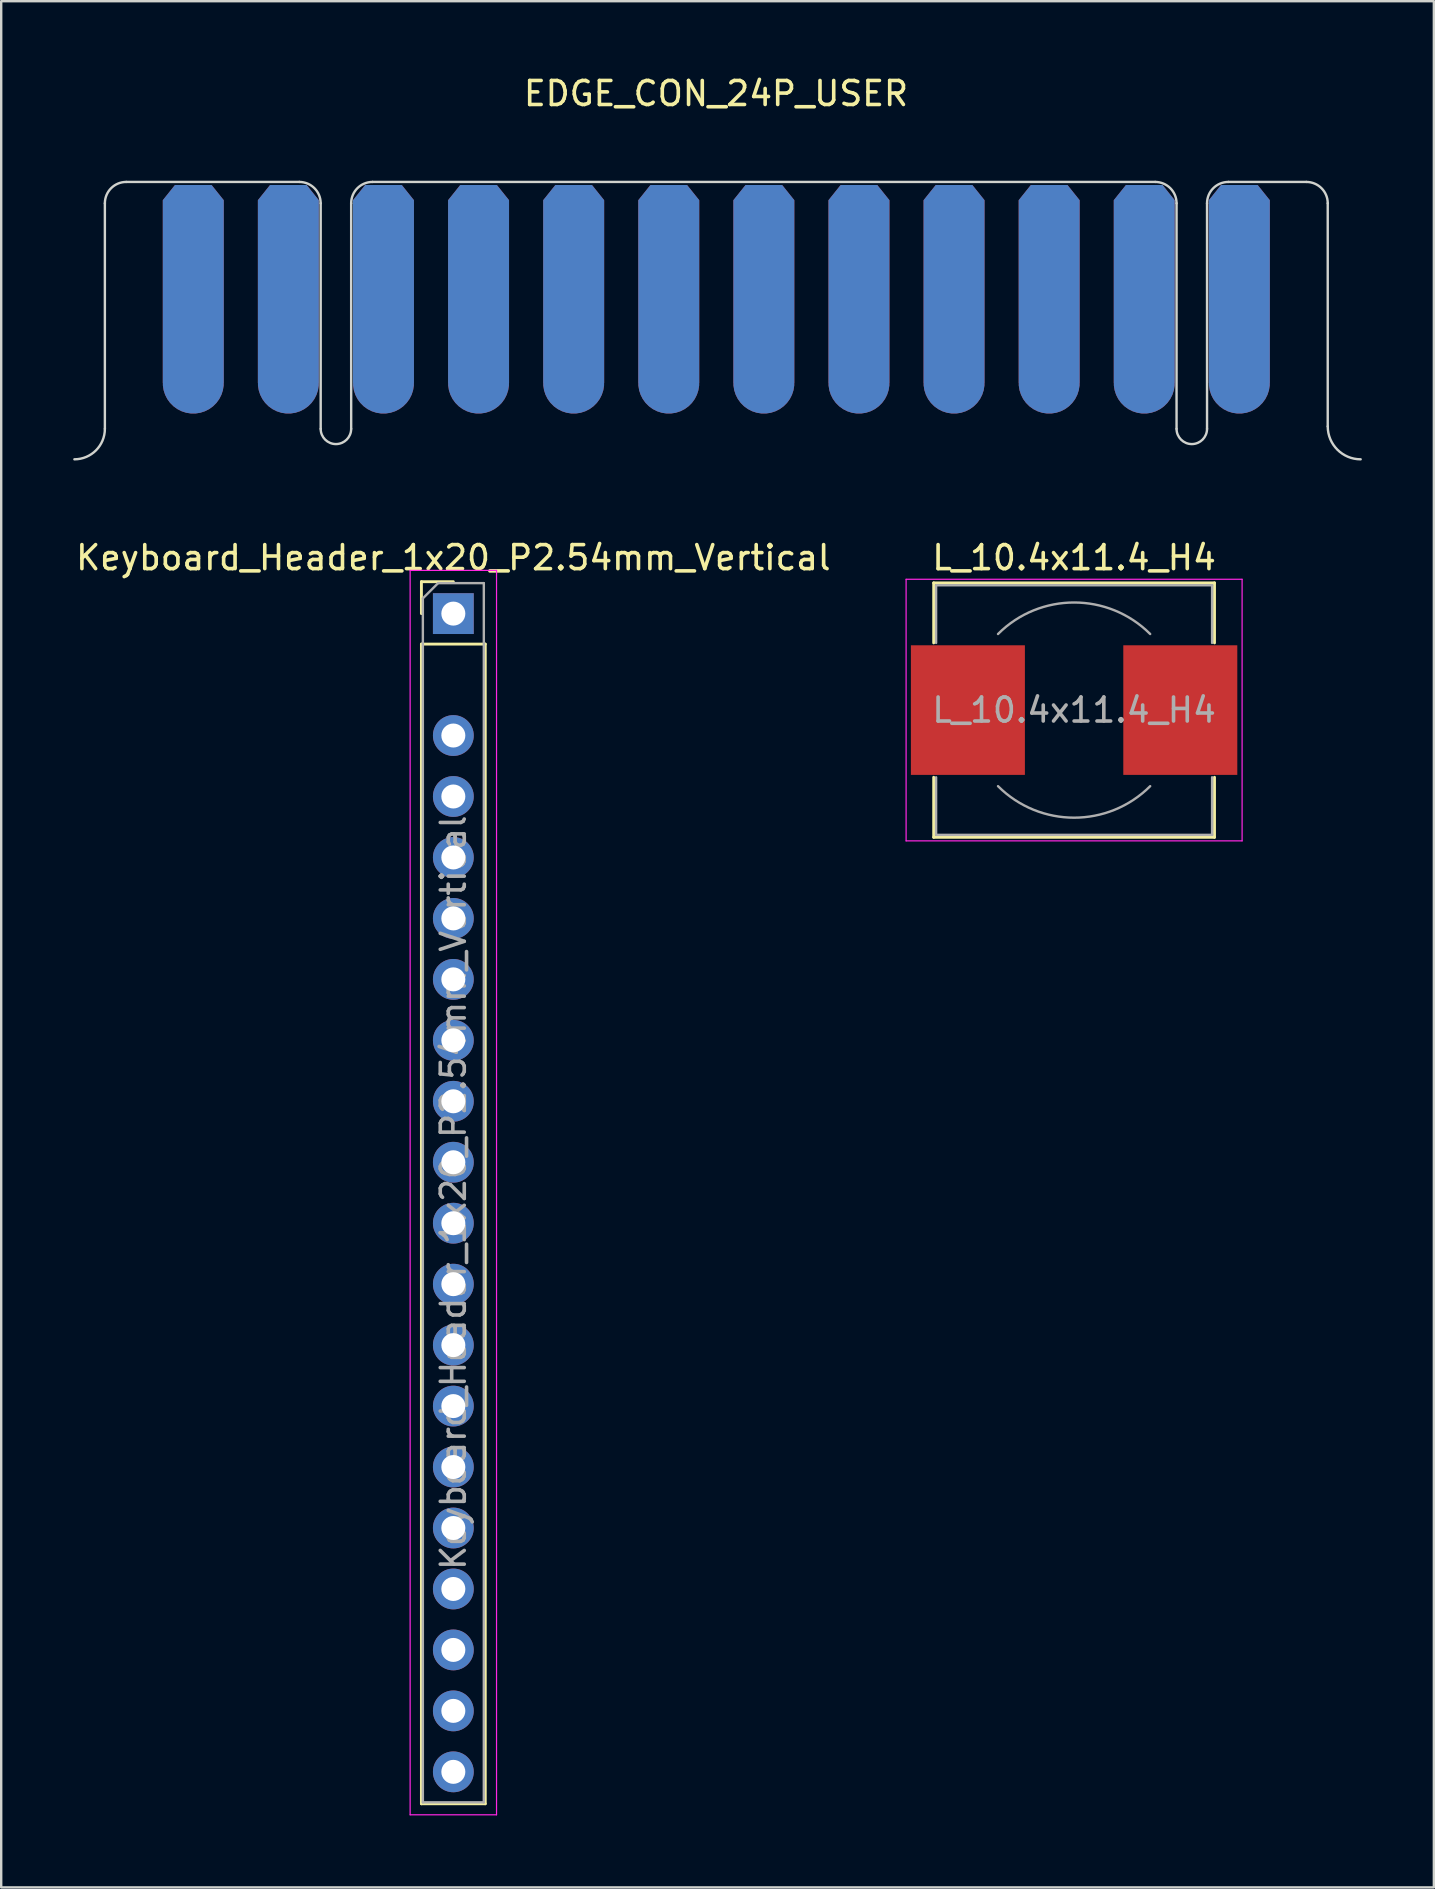
<source format=kicad_pcb>
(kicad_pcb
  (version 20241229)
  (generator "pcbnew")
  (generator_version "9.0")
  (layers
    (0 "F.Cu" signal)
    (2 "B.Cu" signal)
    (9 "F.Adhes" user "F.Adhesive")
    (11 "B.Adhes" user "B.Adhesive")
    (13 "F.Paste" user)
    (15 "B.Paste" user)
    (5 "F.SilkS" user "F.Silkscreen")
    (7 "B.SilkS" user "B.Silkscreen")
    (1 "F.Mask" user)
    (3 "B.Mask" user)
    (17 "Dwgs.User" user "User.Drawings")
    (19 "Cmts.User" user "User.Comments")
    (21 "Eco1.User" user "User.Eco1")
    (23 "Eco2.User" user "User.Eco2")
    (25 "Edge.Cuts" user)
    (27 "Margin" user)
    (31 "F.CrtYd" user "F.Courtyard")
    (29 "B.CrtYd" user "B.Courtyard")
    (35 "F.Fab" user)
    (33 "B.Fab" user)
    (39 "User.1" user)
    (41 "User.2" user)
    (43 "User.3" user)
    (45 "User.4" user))
  (footprint "L_10.4x11.4_H4"
    (layer "F.Cu")
    (at 41.704 26.537)
    (property "Reference" "L_10.4x11.4_H4" (at 0 -6.35 0) (layer "F.SilkS") (effects (font (size 1 1) (thickness 0.15))))
    (attr smd)
    (fp_line (start -5.85 -5.3) (end 5.85 -5.3) (stroke (width 0.12) (type solid)) (layer "F.SilkS"))
    (fp_line (start -5.85 -2.8) (end -5.85 -5.3) (stroke (width 0.12) (type solid)) (layer "F.SilkS"))
    (fp_line (start -5.85 5.3) (end -5.85 2.8) (stroke (width 0.12) (type solid)) (layer "F.SilkS"))
    (fp_line (start 5.85 -5.3) (end 5.85 -2.8) (stroke (width 0.12) (type solid)) (layer "F.SilkS"))
    (fp_line (start 5.85 2.8) (end 5.85 5.3) (stroke (width 0.12) (type solid)) (layer "F.SilkS"))
    (fp_line (start 5.85 5.3) (end -5.85 5.3) (stroke (width 0.12) (type solid)) (layer "F.SilkS"))
    (fp_line (start -7 -5.45) (end -7 5.45) (stroke (width 0.05) (type solid)) (layer "F.CrtYd"))
    (fp_line (start -7 5.45) (end 7 5.45) (stroke (width 0.05) (type solid)) (layer "F.CrtYd"))
    (fp_line (start 7 -5.45) (end -7 -5.45) (stroke (width 0.05) (type solid)) (layer "F.CrtYd"))
    (fp_line (start 7 5.45) (end 7 -5.45) (stroke (width 0.05) (type solid)) (layer "F.CrtYd"))
    (fp_line (start -5.75 -5.2) (end -5.75 -2.8) (stroke (width 0.1) (type solid)) (layer "F.Fab"))
    (fp_line (start -5.75 -5.2) (end 5.75 -5.2) (stroke (width 0.1) (type solid)) (layer "F.Fab"))
    (fp_line (start -5.75 5.2) (end -5.75 2.8) (stroke (width 0.1) (type solid)) (layer "F.Fab"))
    (fp_line (start -5.75 5.2) (end 5.75 5.2) (stroke (width 0.1) (type solid)) (layer "F.Fab"))
    (fp_line (start 5.75 -5.2) (end 5.75 -2.8) (stroke (width 0.1) (type solid)) (layer "F.Fab"))
    (fp_line (start 5.75 5.2) (end 5.75 2.8) (stroke (width 0.1) (type solid)) (layer "F.Fab"))
    (fp_arc (start -3.17 -3.17) (mid 0 -4.483057) (end 3.17 -3.17) (stroke (width 0.1) (type solid)) (layer "F.Fab"))
    (fp_arc (start 3.17 3.17) (mid 0 4.483057) (end -3.17 3.17) (stroke (width 0.1) (type solid)) (layer "F.Fab"))
    (fp_text user "${REFERENCE}" (at 0 0 0) (layer "F.Fab") (effects (font (size 1 1) (thickness 0.15))))
    (pad "1" smd rect (at -4.425 0) (size 4.75 5.4) (layers "F.Cu" "F.Mask" "F.Paste"))
    (pad "2" smd rect (at 4.425 0) (size 4.75 5.4) (layers "F.Cu" "F.Mask" "F.Paste")))
  (footprint "Keyboard_Header_1x20_P2.54mm_Vertical"
    (layer "F.Cu")
    (at 15.839 22.517)
    (property "Reference" "Keyboard_Header_1x20_P2.54mm_Vertical" (at 0 -2.33 0) (layer "F.SilkS") (effects (font (size 1 1) (thickness 0.15))))
    (attr through_hole)
    (fp_line (start -1.33 -1.33) (end 0 -1.33) (stroke (width 0.12) (type solid)) (layer "F.SilkS"))
    (fp_line (start -1.33 0) (end -1.33 -1.33) (stroke (width 0.12) (type solid)) (layer "F.SilkS"))
    (fp_line (start -1.33 1.27) (end -1.33 49.59) (stroke (width 0.12) (type solid)) (layer "F.SilkS"))
    (fp_line (start -1.33 1.27) (end 1.33 1.27) (stroke (width 0.12) (type solid)) (layer "F.SilkS"))
    (fp_line (start -1.33 49.59) (end 1.33 49.59) (stroke (width 0.12) (type solid)) (layer "F.SilkS"))
    (fp_line (start 1.33 1.27) (end 1.33 49.59) (stroke (width 0.12) (type solid)) (layer "F.SilkS"))
    (fp_line (start -1.8 -1.8) (end -1.8 50.05) (stroke (width 0.05) (type solid)) (layer "F.CrtYd"))
    (fp_line (start -1.8 50.05) (end 1.8 50.05) (stroke (width 0.05) (type solid)) (layer "F.CrtYd"))
    (fp_line (start 1.8 -1.8) (end -1.8 -1.8) (stroke (width 0.05) (type solid)) (layer "F.CrtYd"))
    (fp_line (start 1.8 50.05) (end 1.8 -1.8) (stroke (width 0.05) (type solid)) (layer "F.CrtYd"))
    (fp_line (start -1.27 -0.635) (end -0.635 -1.27) (stroke (width 0.1) (type solid)) (layer "F.Fab"))
    (fp_line (start -1.27 49.53) (end -1.27 -0.635) (stroke (width 0.1) (type solid)) (layer "F.Fab"))
    (fp_line (start -0.635 -1.27) (end 1.27 -1.27) (stroke (width 0.1) (type solid)) (layer "F.Fab"))
    (fp_line (start 1.27 -1.27) (end 1.27 49.53) (stroke (width 0.1) (type solid)) (layer "F.Fab"))
    (fp_line (start 1.27 49.53) (end -1.27 49.53) (stroke (width 0.1) (type solid)) (layer "F.Fab"))
    (fp_text user "${REFERENCE}" (at 0 24.13 90) (layer "F.Fab") (effects (font (size 1 1) (thickness 0.15))))
    (pad "1" thru_hole rect (at 0 0) (size 1.7 1.7) (drill 1) (layers "*.Cu" "*.Mask"))
    (pad "3" thru_hole oval (at 0 5.08) (size 1.7 1.7) (drill 1) (layers "*.Cu" "*.Mask"))
    (pad "4" thru_hole oval (at 0 7.62) (size 1.7 1.7) (drill 1) (layers "*.Cu" "*.Mask"))
    (pad "5" thru_hole oval (at 0 10.16) (size 1.7 1.7) (drill 1) (layers "*.Cu" "*.Mask"))
    (pad "6" thru_hole oval (at 0 12.7) (size 1.7 1.7) (drill 1) (layers "*.Cu" "*.Mask"))
    (pad "7" thru_hole oval (at 0 15.24) (size 1.7 1.7) (drill 1) (layers "*.Cu" "*.Mask"))
    (pad "8" thru_hole oval (at 0 17.78) (size 1.7 1.7) (drill 1) (layers "*.Cu" "*.Mask"))
    (pad "9" thru_hole oval (at 0 20.32) (size 1.7 1.7) (drill 1) (layers "*.Cu" "*.Mask"))
    (pad "10" thru_hole oval (at 0 22.86) (size 1.7 1.7) (drill 1) (layers "*.Cu" "*.Mask"))
    (pad "11" thru_hole oval (at 0 25.4) (size 1.7 1.7) (drill 1) (layers "*.Cu" "*.Mask"))
    (pad "12" thru_hole oval (at 0 27.94) (size 1.7 1.7) (drill 1) (layers "*.Cu" "*.Mask"))
    (pad "13" thru_hole oval (at 0 30.48) (size 1.7 1.7) (drill 1) (layers "*.Cu" "*.Mask"))
    (pad "14" thru_hole oval (at 0 33.02) (size 1.7 1.7) (drill 1) (layers "*.Cu" "*.Mask"))
    (pad "15" thru_hole oval (at 0 35.56) (size 1.7 1.7) (drill 1) (layers "*.Cu" "*.Mask"))
    (pad "16" thru_hole oval (at 0 38.1) (size 1.7 1.7) (drill 1) (layers "*.Cu" "*.Mask"))
    (pad "17" thru_hole oval (at 0 40.64) (size 1.7 1.7) (drill 1) (layers "*.Cu" "*.Mask"))
    (pad "18" thru_hole oval (at 0 43.18) (size 1.7 1.7) (drill 1) (layers "*.Cu" "*.Mask"))
    (pad "19" thru_hole oval (at 0 45.72) (size 1.7 1.7) (drill 1) (layers "*.Cu" "*.Mask"))
    (pad "20" thru_hole oval (at 0 48.26) (size 1.7 1.7) (drill 1) (layers "*.Cu" "*.Mask")))
  (footprint "EDGE_CON_24P_USER"
    (layer "F.Cu")
    (at 1.32 16.088)
    (property "Reference" "EDGE_CON_24P_USER" (at 25.463 -15.24 0) (layer "F.SilkS") (effects (font (size 1 1) (thickness 0.15))))
    (attr through_hole)
    (fp_poly (pts (xy 50.927 -1.905) (xy 0 -1.905) (xy 0 -11.558) (xy 50.927 -11.558)) (stroke (width 0.1) (type solid)) (fill yes) (layer "F.Mask"))
    (fp_poly (pts (xy 50.921 -1.919) (xy -0.006 -1.919) (xy -0.006 -11.572) (xy 50.921 -11.572)) (stroke (width 0.1) (type solid)) (fill yes) (layer "B.Mask"))
    (fp_line (start 0 -1.27) (end 0 -10.668) (stroke (width 0.1) (type solid)) (layer "Edge.Cuts"))
    (fp_line (start 0.889 -11.557) (end 8.103 -11.557) (stroke (width 0.1) (type solid)) (layer "Edge.Cuts"))
    (fp_line (start 8.992 -1.27) (end 8.992 -10.668) (stroke (width 0.1) (type solid)) (layer "Edge.Cuts"))
    (fp_line (start 10.262 -1.27) (end 10.262 -10.668) (stroke (width 0.1) (type solid)) (layer "Edge.Cuts"))
    (fp_line (start 11.151 -11.557) (end 43.764 -11.557) (stroke (width 0.1) (type solid)) (layer "Edge.Cuts"))
    (fp_line (start 44.653 -1.27) (end 44.653 -10.668) (stroke (width 0.1) (type solid)) (layer "Edge.Cuts"))
    (fp_line (start 45.923 -1.27) (end 45.923 -10.668) (stroke (width 0.1) (type solid)) (layer "Edge.Cuts"))
    (fp_line (start 46.812 -11.557) (end 50.063 -11.557) (stroke (width 0.1) (type solid)) (layer "Edge.Cuts"))
    (fp_line (start 50.952 -1.372) (end 50.952 -10.668) (stroke (width 0.1) (type solid)) (layer "Edge.Cuts"))
    (fp_arc (start 0 -10.668) (mid 0.260382 -11.296618) (end 0.889 -11.557) (stroke (width 0.1) (type solid)) (layer "Edge.Cuts"))
    (fp_arc (start 0 -1.27) (mid -0.371974 -0.371974) (end -1.27 0) (stroke (width 0.1) (type solid)) (layer "Edge.Cuts"))
    (fp_arc (start 8.1026 -11.557) (mid 8.731218 -11.296618) (end 8.9916 -10.668) (stroke (width 0.1) (type solid)) (layer "Edge.Cuts"))
    (fp_arc (start 10.2616 -10.668) (mid 10.521982 -11.296618) (end 11.1506 -11.557) (stroke (width 0.1) (type solid)) (layer "Edge.Cuts"))
    (fp_arc (start 10.2616 -1.27) (mid 9.6266 -0.635) (end 8.9916 -1.27) (stroke (width 0.1) (type solid)) (layer "Edge.Cuts"))
    (fp_arc (start 43.7642 -11.557) (mid 44.392818 -11.296618) (end 44.6532 -10.668) (stroke (width 0.1) (type solid)) (layer "Edge.Cuts"))
    (fp_arc (start 45.9232 -10.668) (mid 46.183582 -11.296618) (end 46.8122 -11.557) (stroke (width 0.1) (type solid)) (layer "Edge.Cuts"))
    (fp_arc (start 45.9232 -1.27) (mid 45.2882 -0.635) (end 44.6532 -1.27) (stroke (width 0.1) (type solid)) (layer "Edge.Cuts"))
    (fp_arc (start 50.0634 -11.557) (mid 50.692018 -11.296618) (end 50.9524 -10.668) (stroke (width 0.1) (type solid)) (layer "Edge.Cuts"))
    (fp_arc (start 52.324 0) (mid 51.354132 -0.401732) (end 50.9524 -1.3716) (stroke (width 0.1) (type solid)) (layer "Edge.Cuts"))
    (pad "1" connect custom (at 47.269 -3.176) (size 2.54 2.54) (layers "F.Cu" "F.Mask") (options (anchor circle)) (primitives (gr_poly (pts (xy -1.27 0) (xy 1.27 0) (xy 1.27 -7.62) (xy 0.762 -8.255) (xy -0.762 -8.255) (xy -1.27 -7.62)) (width 0) (fill yes))))
    (pad "2" connect custom (at 43.307 -3.176) (size 2.54 2.54) (layers "F.Cu" "F.Mask") (options (anchor circle)) (primitives (gr_poly (pts (xy -1.27 0) (xy 1.27 0) (xy 1.27 -7.62) (xy 0.762 -8.255) (xy -0.762 -8.255) (xy -1.27 -7.62)) (width 0) (fill yes))))
    (pad "3" connect custom (at 39.345 -3.176) (size 2.54 2.54) (layers "F.Cu" "F.Mask") (options (anchor circle)) (primitives (gr_poly (pts (xy -1.27 0) (xy 1.27 0) (xy 1.27 -7.62) (xy 0.762 -8.255) (xy -0.762 -8.255) (xy -1.27 -7.62)) (width 0) (fill yes))))
    (pad "4" connect custom (at 35.382 -3.176) (size 2.54 2.54) (layers "F.Cu" "F.Mask") (options (anchor circle)) (primitives (gr_poly (pts (xy -1.27 0) (xy 1.27 0) (xy 1.27 -7.62) (xy 0.762 -8.255) (xy -0.762 -8.255) (xy -1.27 -7.62)) (width 0) (fill yes))))
    (pad "5" connect custom (at 31.42 -3.176) (size 2.54 2.54) (layers "F.Cu" "F.Mask") (options (anchor circle)) (primitives (gr_poly (pts (xy -1.27 0) (xy 1.27 0) (xy 1.27 -7.62) (xy 0.762 -8.255) (xy -0.762 -8.255) (xy -1.27 -7.62)) (width 0) (fill yes))))
    (pad "6" connect custom (at 27.457 -3.176) (size 2.54 2.54) (layers "F.Cu" "F.Mask") (options (anchor circle)) (primitives (gr_poly (pts (xy -1.27 0) (xy 1.27 0) (xy 1.27 -7.62) (xy 0.762 -8.255) (xy -0.762 -8.255) (xy -1.27 -7.62)) (width 0) (fill yes))))
    (pad "7" connect custom (at 23.495 -3.176) (size 2.54 2.54) (layers "F.Cu" "F.Mask") (options (anchor circle)) (primitives (gr_poly (pts (xy -1.27 0) (xy 1.27 0) (xy 1.27 -7.62) (xy 0.762 -8.255) (xy -0.762 -8.255) (xy -1.27 -7.62)) (width 0) (fill yes))))
    (pad "8" connect custom (at 19.533 -3.176) (size 2.54 2.54) (layers "F.Cu" "F.Mask") (options (anchor circle)) (primitives (gr_poly (pts (xy -1.27 0) (xy 1.27 0) (xy 1.27 -7.62) (xy 0.762 -8.255) (xy -0.762 -8.255) (xy -1.27 -7.62)) (width 0) (fill yes))))
    (pad "9" connect custom (at 15.57 -3.176) (size 2.54 2.54) (layers "F.Cu" "F.Mask") (options (anchor circle)) (primitives (gr_poly (pts (xy -1.27 0) (xy 1.27 0) (xy 1.27 -7.62) (xy 0.762 -8.255) (xy -0.762 -8.255) (xy -1.27 -7.62)) (width 0) (fill yes))))
    (pad "10" connect custom (at 11.608 -3.176) (size 2.54 2.54) (layers "F.Cu" "F.Mask") (options (anchor circle)) (primitives (gr_poly (pts (xy -1.27 0) (xy 1.27 0) (xy 1.27 -7.62) (xy 0.762 -8.255) (xy -0.762 -8.255) (xy -1.27 -7.62)) (width 0) (fill yes))))
    (pad "11" connect custom (at 7.645 -3.176) (size 2.54 2.54) (layers "F.Cu" "F.Mask") (options (anchor circle)) (primitives (gr_poly (pts (xy -1.27 0) (xy 1.27 0) (xy 1.27 -7.62) (xy 0.762 -8.255) (xy -0.762 -8.255) (xy -1.27 -7.62)) (width 0) (fill yes))))
    (pad "12" connect custom (at 3.683 -3.176) (size 2.54 2.54) (layers "F.Cu" "F.Mask") (options (anchor circle)) (primitives (gr_poly (pts (xy -1.27 0) (xy 1.27 0) (xy 1.27 -7.62) (xy 0.762 -8.255) (xy -0.762 -8.255) (xy -1.27 -7.62)) (width 0) (fill yes))))
    (pad "A" connect custom (at 47.269 -3.176) (size 2.54 2.54) (layers "F.Mask" "B.Cu") (options (anchor circle)) (primitives (gr_poly (pts (xy -1.27 0) (xy 1.27 0) (xy 1.27 -7.62) (xy 0.762 -8.255) (xy -0.762 -8.255) (xy -1.27 -7.62)) (width 0) (fill yes))))
    (pad "B" connect custom (at 43.307 -3.176) (size 2.54 2.54) (layers "F.Mask" "B.Cu") (options (anchor circle)) (primitives (gr_poly (pts (xy -1.27 0) (xy 1.27 0) (xy 1.27 -7.62) (xy 0.762 -8.255) (xy -0.762 -8.255) (xy -1.27 -7.62)) (width 0) (fill yes))))
    (pad "C" connect custom (at 39.345 -3.176) (size 2.54 2.54) (layers "F.Mask" "B.Cu") (options (anchor circle)) (primitives (gr_poly (pts (xy -1.27 0) (xy 1.27 0) (xy 1.27 -7.62) (xy 0.762 -8.255) (xy -0.762 -8.255) (xy -1.27 -7.62)) (width 0) (fill yes))))
    (pad "D" connect custom (at 35.382 -3.176) (size 2.54 2.54) (layers "F.Mask" "B.Cu") (options (anchor circle)) (primitives (gr_poly (pts (xy -1.27 0) (xy 1.27 0) (xy 1.27 -7.62) (xy 0.762 -8.255) (xy -0.762 -8.255) (xy -1.27 -7.62)) (width 0) (fill yes))))
    (pad "E" connect custom (at 31.42 -3.176) (size 2.54 2.54) (layers "F.Mask" "B.Cu") (options (anchor circle)) (primitives (gr_poly (pts (xy -1.27 0) (xy 1.27 0) (xy 1.27 -7.62) (xy 0.762 -8.255) (xy -0.762 -8.255) (xy -1.27 -7.62)) (width 0) (fill yes))))
    (pad "F" connect custom (at 27.457 -3.176) (size 2.54 2.54) (layers "F.Mask" "B.Cu") (options (anchor circle)) (primitives (gr_poly (pts (xy -1.27 0) (xy 1.27 0) (xy 1.27 -7.62) (xy 0.762 -8.255) (xy -0.762 -8.255) (xy -1.27 -7.62)) (width 0) (fill yes))))
    (pad "H" connect custom (at 23.495 -3.176) (size 2.54 2.54) (layers "F.Mask" "B.Cu") (options (anchor circle)) (primitives (gr_poly (pts (xy -1.27 0) (xy 1.27 0) (xy 1.27 -7.62) (xy 0.762 -8.255) (xy -0.762 -8.255) (xy -1.27 -7.62)) (width 0) (fill yes))))
    (pad "J" connect custom (at 19.533 -3.176) (size 2.54 2.54) (layers "F.Mask" "B.Cu") (options (anchor circle)) (primitives (gr_poly (pts (xy -1.27 0) (xy 1.27 0) (xy 1.27 -7.62) (xy 0.762 -8.255) (xy -0.762 -8.255) (xy -1.27 -7.62)) (width 0) (fill yes))))
    (pad "K" connect custom (at 15.57 -3.176) (size 2.54 2.54) (layers "F.Mask" "B.Cu") (options (anchor circle)) (primitives (gr_poly (pts (xy -1.27 0) (xy 1.27 0) (xy 1.27 -7.62) (xy 0.762 -8.255) (xy -0.762 -8.255) (xy -1.27 -7.62)) (width 0) (fill yes))))
    (pad "L" connect custom (at 11.608 -3.176) (size 2.54 2.54) (layers "F.Mask" "B.Cu") (options (anchor circle)) (primitives (gr_poly (pts (xy -1.27 0) (xy 1.27 0) (xy 1.27 -7.62) (xy 0.762 -8.255) (xy -0.762 -8.255) (xy -1.27 -7.62)) (width 0) (fill yes))))
    (pad "M" connect custom (at 7.645 -3.176) (size 2.54 2.54) (layers "F.Mask" "B.Cu") (options (anchor circle)) (primitives (gr_poly (pts (xy -1.27 0) (xy 1.27 0) (xy 1.27 -7.62) (xy 0.762 -8.255) (xy -0.762 -8.255) (xy -1.27 -7.62)) (width 0) (fill yes))))
    (pad "N" connect custom (at 3.683 -3.176) (size 2.54 2.54) (layers "F.Mask" "B.Cu") (options (anchor circle)) (primitives (gr_poly (pts (xy -1.27 0) (xy 1.27 0) (xy 1.27 -7.62) (xy 0.762 -8.255) (xy -0.762 -8.255) (xy -1.27 -7.62)) (width 0) (fill yes)))))
  (gr_rect
    (start -3 -3)
    (end 56.694 75.591)
    (stroke (width 0.1) (type default))
    (fill no)
    (layer "Edge.Cuts")))
</source>
